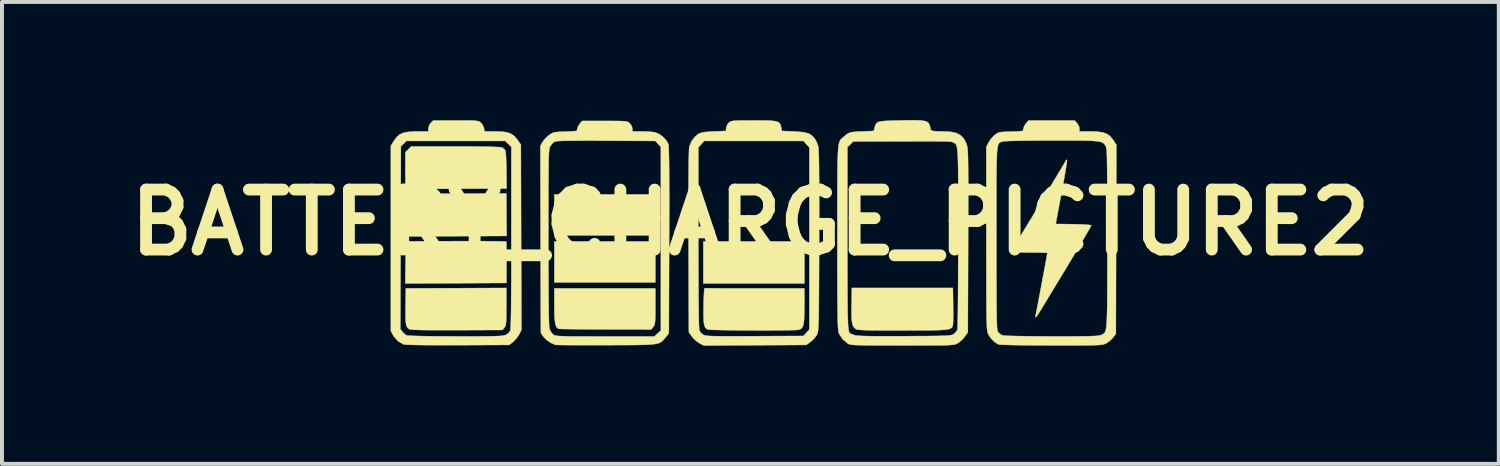
<source format=kicad_pcb>
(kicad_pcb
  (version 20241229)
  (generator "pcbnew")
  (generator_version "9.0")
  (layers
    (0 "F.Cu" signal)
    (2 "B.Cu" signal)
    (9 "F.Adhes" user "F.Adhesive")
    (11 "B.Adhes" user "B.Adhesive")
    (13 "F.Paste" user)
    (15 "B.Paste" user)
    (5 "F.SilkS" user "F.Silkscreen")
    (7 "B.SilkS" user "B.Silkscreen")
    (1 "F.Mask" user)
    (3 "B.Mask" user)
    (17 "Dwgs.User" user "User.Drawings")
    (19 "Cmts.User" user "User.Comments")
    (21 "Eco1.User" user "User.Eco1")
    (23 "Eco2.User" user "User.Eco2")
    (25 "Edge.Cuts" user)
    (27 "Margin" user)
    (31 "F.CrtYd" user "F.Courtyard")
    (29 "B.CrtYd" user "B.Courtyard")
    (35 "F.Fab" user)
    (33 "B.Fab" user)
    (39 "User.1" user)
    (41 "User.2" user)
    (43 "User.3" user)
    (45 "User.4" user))
  (footprint "BATTERY_CHARGE_PICTURE2"
    (layer "F.Cu")
    (at 16.009 2.6)
    (property "Reference" "BATTERY_CHARGE_PICTURE2" (at 0 0 0) (layer "F.SilkS") (effects (font (size 1.524 1.524) (thickness 0.3))))
    (attr through_hole)
    (fp_poly (pts (xy -2.413 0.33) (xy -4.978 0.33) (xy -4.978 -0.711) (xy -2.413 -0.711) (xy -2.413 0.33)) (stroke (width 0.01) (type solid)) (fill yes) (layer "F.SilkS"))
    (fp_poly (pts (xy -2.413 1.524) (xy -4.978 1.524) (xy -4.978 0.483) (xy -2.413 0.483) (xy -2.413 1.524)) (stroke (width 0.01) (type solid)) (fill yes) (layer "F.SilkS"))
    (fp_poly (pts (xy 1.372 1.549) (xy -1.194 1.549) (xy -1.194 0.483) (xy 1.372 0.483) (xy 1.372 1.549)) (stroke (width 0.01) (type solid)) (fill yes) (layer "F.SilkS"))
    (fp_poly (pts (xy -6.196 -0.318) (xy -6.195 -0.166) (xy -6.194 -0.024) (xy -6.193 0.099) (xy -6.193 0.19) (xy -6.192 0.222) (xy -6.19 0.343) (xy -7.477 0.349) (xy -8.764 0.356) (xy -8.75 -0.724) (xy -6.198 -0.737) (xy -6.196 -0.318)) (stroke (width 0.01) (type solid)) (fill yes) (layer "F.SilkS"))
    (fp_poly (pts (xy -6.991 0.474) (xy -6.779 0.475) (xy -6.592 0.477) (xy -6.436 0.479) (xy -6.315 0.481) (xy -6.234 0.485) (xy -6.198 0.488) (xy -6.197 0.489) (xy -6.197 0.519) (xy -6.197 0.592) (xy -6.196 0.7) (xy -6.196 0.835) (xy -6.196 0.989) (xy -6.196 1.022) (xy -6.195 1.537) (xy -8.764 1.55) (xy -8.75 0.48) (xy -7.474 0.475) (xy -7.225 0.474) (xy -6.991 0.474)) (stroke (width 0.01) (type solid)) (fill yes) (layer "F.SilkS"))
    (fp_poly (pts (xy -6.198 2.137) (xy -6.198 2.305) (xy -6.2 2.431) (xy -6.204 2.52) (xy -6.21 2.582) (xy -6.22 2.624) (xy -6.234 2.654) (xy -6.246 2.671) (xy -6.295 2.731) (xy -7.446 2.736) (xy -7.767 2.736) (xy -8.04 2.736) (xy -8.263 2.734) (xy -8.436 2.73) (xy -8.559 2.725) (xy -8.632 2.719) (xy -8.652 2.714) (xy -8.69 2.691) (xy -8.719 2.659) (xy -8.739 2.611) (xy -8.751 2.541) (xy -8.758 2.44) (xy -8.759 2.304) (xy -8.757 2.127) (xy -8.75 1.675) (xy -7.474 1.67) (xy -6.198 1.664) (xy -6.198 2.137)) (stroke (width 0.01) (type solid)) (fill yes) (layer "F.SilkS"))
    (fp_poly (pts (xy -2.413 2.13) (xy -2.413 2.294) (xy -2.415 2.415) (xy -2.419 2.501) (xy -2.426 2.56) (xy -2.436 2.601) (xy -2.451 2.631) (xy -2.466 2.651) (xy -2.518 2.718) (xy -3.678 2.716) (xy -3.917 2.715) (xy -4.141 2.714) (xy -4.344 2.712) (xy -4.521 2.71) (xy -4.668 2.708) (xy -4.779 2.706) (xy -4.848 2.703) (xy -4.871 2.701) (xy -4.908 2.676) (xy -4.936 2.633) (xy -4.956 2.564) (xy -4.969 2.464) (xy -4.976 2.327) (xy -4.978 2.145) (xy -4.978 2.109) (xy -4.978 1.676) (xy -2.413 1.676) (xy -2.413 2.13)) (stroke (width 0.01) (type solid)) (fill yes) (layer "F.SilkS"))
    (fp_poly (pts (xy -7.243 -1.93) (xy -7.01 -1.928) (xy -6.803 -1.926) (xy -6.626 -1.922) (xy -6.485 -1.918) (xy -6.382 -1.914) (xy -6.325 -1.908) (xy -6.315 -1.906) (xy -6.257 -1.87) (xy -6.226 -1.834) (xy -6.218 -1.795) (xy -6.21 -1.713) (xy -6.203 -1.599) (xy -6.198 -1.461) (xy -6.196 -1.324) (xy -6.191 -0.862) (xy -7.467 -0.856) (xy -7.716 -0.855) (xy -7.95 -0.855) (xy -8.163 -0.855) (xy -8.351 -0.856) (xy -8.508 -0.856) (xy -8.631 -0.858) (xy -8.713 -0.859) (xy -8.751 -0.861) (xy -8.752 -0.861) (xy -8.756 -0.889) (xy -8.759 -0.959) (xy -8.761 -1.063) (xy -8.763 -1.194) (xy -8.763 -1.327) (xy -8.763 -1.782) (xy -8.615 -1.93) (xy -7.497 -1.93) (xy -7.243 -1.93)) (stroke (width 0.01) (type solid)) (fill yes) (layer "F.SilkS"))
    (fp_poly (pts (xy 5.151 2.108) (xy 5.152 2.257) (xy 5.152 2.392) (xy 5.151 2.502) (xy 5.147 2.579) (xy 5.144 2.609) (xy 5.135 2.64) (xy 5.121 2.665) (xy 5.098 2.686) (xy 5.062 2.703) (xy 5.009 2.716) (xy 4.933 2.726) (xy 4.832 2.733) (xy 4.7 2.738) (xy 4.533 2.741) (xy 4.327 2.742) (xy 4.078 2.743) (xy 3.855 2.743) (xy 3.58 2.743) (xy 3.351 2.742) (xy 3.164 2.741) (xy 3.015 2.739) (xy 2.899 2.735) (xy 2.813 2.731) (xy 2.751 2.726) (xy 2.709 2.719) (xy 2.684 2.71) (xy 2.676 2.706) (xy 2.637 2.672) (xy 2.609 2.629) (xy 2.589 2.568) (xy 2.576 2.482) (xy 2.571 2.365) (xy 2.57 2.209) (xy 2.571 2.095) (xy 2.578 1.664) (xy 5.144 1.664) (xy 5.151 2.108)) (stroke (width 0.01) (type solid)) (fill yes) (layer "F.SilkS"))
    (fp_poly (pts (xy -1.134 1.671) (xy -1.059 1.672) (xy -0.944 1.674) (xy -0.793 1.674) (xy -0.611 1.675) (xy -0.402 1.676) (xy -0.172 1.676) (xy 0.074 1.676) (xy 0.114 1.676) (xy 1.372 1.676) (xy 1.372 2.122) (xy 1.37 2.31) (xy 1.365 2.453) (xy 1.355 2.558) (xy 1.337 2.631) (xy 1.311 2.679) (xy 1.275 2.708) (xy 1.227 2.725) (xy 1.217 2.727) (xy 1.171 2.731) (xy 1.081 2.735) (xy 0.955 2.737) (xy 0.8 2.739) (xy 0.62 2.741) (xy 0.423 2.742) (xy 0.215 2.742) (xy 0.003 2.741) (xy -0.207 2.74) (xy -0.408 2.738) (xy -0.595 2.736) (xy -0.76 2.733) (xy -0.898 2.73) (xy -1.001 2.726) (xy -1.064 2.722) (xy -1.08 2.719) (xy -1.119 2.698) (xy -1.148 2.666) (xy -1.168 2.617) (xy -1.181 2.544) (xy -1.188 2.439) (xy -1.19 2.298) (xy -1.188 2.121) (xy -1.185 1.975) (xy -1.18 1.85) (xy -1.174 1.752) (xy -1.168 1.689) (xy -1.162 1.67) (xy -1.134 1.671)) (stroke (width 0.01) (type solid)) (fill yes) (layer "F.SilkS"))
    (fp_poly (pts (xy 8.043 -1.564) (xy 8.034 -1.494) (xy 8.017 -1.388) (xy 7.995 -1.254) (xy 7.967 -1.099) (xy 7.951 -1.012) (xy 7.917 -0.83) (xy 7.884 -0.649) (xy 7.852 -0.481) (xy 7.825 -0.335) (xy 7.805 -0.225) (xy 7.801 -0.203) (xy 7.756 0.038) (xy 8.209 0.045) (xy 8.364 0.049) (xy 8.494 0.054) (xy 8.591 0.061) (xy 8.648 0.07) (xy 8.661 0.076) (xy 8.649 0.102) (xy 8.612 0.167) (xy 8.553 0.267) (xy 8.476 0.399) (xy 8.382 0.558) (xy 8.273 0.74) (xy 8.153 0.941) (xy 8.023 1.157) (xy 7.886 1.384) (xy 7.744 1.618) (xy 7.6 1.856) (xy 7.457 2.092) (xy 7.381 2.216) (xy 7.314 2.322) (xy 7.27 2.386) (xy 7.246 2.409) (xy 7.24 2.393) (xy 7.247 2.356) (xy 7.255 2.317) (xy 7.271 2.237) (xy 7.293 2.124) (xy 7.319 1.985) (xy 7.349 1.828) (xy 7.381 1.659) (xy 7.413 1.486) (xy 7.445 1.316) (xy 7.475 1.158) (xy 7.501 1.017) (xy 7.522 0.903) (xy 7.536 0.821) (xy 7.543 0.78) (xy 7.544 0.777) (xy 7.52 0.772) (xy 7.453 0.768) (xy 7.351 0.765) (xy 7.223 0.763) (xy 7.084 0.762) (xy 6.92 0.762) (xy 6.801 0.76) (xy 6.72 0.757) (xy 6.67 0.751) (xy 6.645 0.743) (xy 6.638 0.73) (xy 6.64 0.72) (xy 6.659 0.683) (xy 6.699 0.613) (xy 6.755 0.519) (xy 6.821 0.411) (xy 6.83 0.396) (xy 6.893 0.292) (xy 6.973 0.161) (xy 7.066 0.008) (xy 7.169 -0.161) (xy 7.278 -0.341) (xy 7.39 -0.527) (xy 7.502 -0.713) (xy 7.61 -0.893) (xy 7.712 -1.062) (xy 7.803 -1.214) (xy 7.881 -1.344) (xy 7.942 -1.447) (xy 7.983 -1.516) (xy 7.999 -1.545) (xy 8.026 -1.585) (xy 8.043 -1.592) (xy 8.043 -1.564)) (stroke (width 0.01) (type solid)) (fill yes) (layer "F.SilkS"))
    (fp_poly (pts (xy -7.3 -2.591) (xy -7.158 -2.589) (xy -7.054 -2.587) (xy -6.979 -2.582) (xy -6.927 -2.575) (xy -6.892 -2.565) (xy -6.865 -2.55) (xy -6.85 -2.539) (xy -6.795 -2.472) (xy -6.767 -2.399) (xy -6.751 -2.311) (xy -6.468 -2.311) (xy -6.302 -2.306) (xy -6.176 -2.288) (xy -6.078 -2.252) (xy -5.998 -2.196) (xy -5.926 -2.113) (xy -5.907 -2.087) (xy -5.829 -1.977) (xy -5.823 0.377) (xy -5.816 2.731) (xy -5.873 2.844) (xy -5.931 2.931) (xy -6.005 3.013) (xy -6.028 3.034) (xy -6.126 3.111) (xy -7.438 3.117) (xy -7.73 3.117) (xy -7.995 3.117) (xy -8.229 3.116) (xy -8.428 3.113) (xy -8.589 3.11) (xy -8.71 3.106) (xy -8.785 3.101) (xy -8.81 3.097) (xy -8.948 3.016) (xy -9.053 2.898) (xy -9.075 2.862) (xy -9.131 2.756) (xy -9.131 2.71) (xy -8.891 2.71) (xy -8.836 2.779) (xy -8.783 2.834) (xy -8.729 2.87) (xy -8.728 2.871) (xy -8.692 2.875) (xy -8.611 2.879) (xy -8.489 2.883) (xy -8.333 2.887) (xy -8.147 2.89) (xy -7.936 2.892) (xy -7.706 2.893) (xy -7.484 2.894) (xy -7.202 2.894) (xy -6.965 2.894) (xy -6.771 2.893) (xy -6.614 2.891) (xy -6.49 2.888) (xy -6.395 2.885) (xy -6.324 2.88) (xy -6.273 2.873) (xy -6.237 2.866) (xy -6.211 2.856) (xy -6.146 2.812) (xy -6.101 2.757) (xy -6.1 2.753) (xy -6.094 2.725) (xy -6.089 2.665) (xy -6.085 2.571) (xy -6.082 2.441) (xy -6.078 2.273) (xy -6.076 2.065) (xy -6.074 1.816) (xy -6.072 1.523) (xy -6.071 1.185) (xy -6.071 0.8) (xy -6.071 0.385) (xy -6.071 -1.921) (xy -6.226 -2.07) (xy -8.736 -2.07) (xy -8.807 -2) (xy -8.877 -1.929) (xy -8.884 0.39) (xy -8.891 2.71) (xy -9.131 2.71) (xy -9.131 -1.947) (xy -9.055 -2.07) (xy -8.987 -2.164) (xy -8.911 -2.231) (xy -8.817 -2.275) (xy -8.696 -2.3) (xy -8.539 -2.311) (xy -8.467 -2.311) (xy -8.179 -2.311) (xy -8.179 -2.389) (xy -8.156 -2.476) (xy -8.116 -2.528) (xy -8.054 -2.591) (xy -7.485 -2.591) (xy -7.3 -2.591)) (stroke (width 0.01) (type solid)) (fill yes) (layer "F.SilkS"))
    (fp_poly (pts (xy 0.289 -2.59) (xy 0.445 -2.588) (xy 0.561 -2.581) (xy 0.646 -2.57) (xy 0.703 -2.551) (xy 0.74 -2.524) (xy 0.763 -2.488) (xy 0.778 -2.439) (xy 0.784 -2.412) (xy 0.802 -2.324) (xy 1.106 -2.311) (xy 1.267 -2.301) (xy 1.388 -2.284) (xy 1.479 -2.258) (xy 1.549 -2.218) (xy 1.608 -2.161) (xy 1.636 -2.126) (xy 1.681 -2.048) (xy 1.718 -1.952) (xy 1.727 -1.916) (xy 1.732 -1.866) (xy 1.737 -1.767) (xy 1.741 -1.62) (xy 1.744 -1.424) (xy 1.746 -1.18) (xy 1.748 -0.886) (xy 1.748 -0.543) (xy 1.748 -0.149) (xy 1.747 0.294) (xy 1.747 0.483) (xy 1.746 0.874) (xy 1.745 1.218) (xy 1.743 1.518) (xy 1.742 1.776) (xy 1.741 1.997) (xy 1.739 2.183) (xy 1.737 2.338) (xy 1.734 2.464) (xy 1.731 2.566) (xy 1.728 2.646) (xy 1.723 2.708) (xy 1.718 2.754) (xy 1.712 2.789) (xy 1.706 2.815) (xy 1.698 2.835) (xy 1.689 2.854) (xy 1.687 2.857) (xy 1.632 2.935) (xy 1.558 3.01) (xy 1.526 3.035) (xy 1.418 3.111) (xy -1.183 3.126) (xy -1.293 3.068) (xy -1.375 3.011) (xy -1.455 2.934) (xy -1.482 2.899) (xy -1.562 2.789) (xy -1.569 0.479) (xy -1.57 0.022) (xy -1.571 -0.388) (xy -1.57 -0.751) (xy -1.569 -1.066) (xy -1.567 -1.334) (xy -1.565 -1.552) (xy -1.561 -1.722) (xy -1.557 -1.842) (xy -1.553 -1.904) (xy -1.321 -1.904) (xy -1.321 0.393) (xy -1.321 0.841) (xy -1.32 1.239) (xy -1.318 1.588) (xy -1.317 1.89) (xy -1.314 2.145) (xy -1.311 2.353) (xy -1.308 2.517) (xy -1.304 2.637) (xy -1.299 2.714) (xy -1.294 2.749) (xy -1.293 2.75) (xy -1.252 2.808) (xy -1.198 2.853) (xy -1.179 2.862) (xy -1.152 2.87) (xy -1.113 2.877) (xy -1.058 2.882) (xy -0.982 2.886) (xy -0.881 2.889) (xy -0.751 2.89) (xy -0.586 2.891) (xy -0.383 2.891) (xy -0.138 2.89) (xy 0.11 2.889) (xy 1.35 2.883) (xy 1.424 2.8) (xy 1.499 2.717) (xy 1.499 -1.904) (xy 1.424 -1.987) (xy 1.35 -2.07) (xy -1.173 -2.07) (xy -1.247 -1.987) (xy -1.321 -1.904) (xy -1.553 -1.904) (xy -1.553 -1.912) (xy -1.55 -1.928) (xy -1.491 -2.068) (xy -1.401 -2.184) (xy -1.321 -2.247) (xy -1.27 -2.271) (xy -1.208 -2.288) (xy -1.122 -2.299) (xy -1.002 -2.308) (xy -0.927 -2.311) (xy -0.622 -2.324) (xy -0.614 -2.406) (xy -0.582 -2.495) (xy -0.541 -2.539) (xy -0.517 -2.556) (xy -0.488 -2.569) (xy -0.447 -2.578) (xy -0.387 -2.584) (xy -0.302 -2.588) (xy -0.184 -2.59) (xy -0.026 -2.591) (xy 0.09 -2.591) (xy 0.289 -2.59)) (stroke (width 0.01) (type solid)) (fill yes) (layer "F.SilkS"))
    (fp_poly (pts (xy -3.515 -2.578) (xy -3.375 -2.577) (xy -3.271 -2.575) (xy -3.198 -2.571) (xy -3.148 -2.564) (xy -3.114 -2.554) (xy -3.089 -2.54) (xy -3.067 -2.521) (xy -3.063 -2.517) (xy -3.01 -2.442) (xy -2.997 -2.383) (xy -2.997 -2.311) (xy -2.75 -2.311) (xy -2.63 -2.308) (xy -2.518 -2.301) (xy -2.432 -2.29) (xy -2.405 -2.284) (xy -2.303 -2.237) (xy -2.204 -2.161) (xy -2.125 -2.071) (xy -2.082 -1.985) (xy -2.077 -1.943) (xy -2.072 -1.855) (xy -2.068 -1.721) (xy -2.065 -1.54) (xy -2.063 -1.312) (xy -2.062 -1.035) (xy -2.061 -0.71) (xy -2.061 -0.335) (xy -2.062 0.089) (xy -2.063 0.461) (xy -2.07 2.815) (xy -2.149 2.912) (xy -2.184 2.956) (xy -2.215 2.993) (xy -2.246 3.023) (xy -2.283 3.048) (xy -2.329 3.068) (xy -2.389 3.083) (xy -2.467 3.094) (xy -2.568 3.103) (xy -2.697 3.108) (xy -2.858 3.112) (xy -3.054 3.114) (xy -3.292 3.115) (xy -3.574 3.116) (xy -3.658 3.116) (xy -3.906 3.117) (xy -4.141 3.117) (xy -4.355 3.117) (xy -4.544 3.116) (xy -4.703 3.115) (xy -4.828 3.113) (xy -4.912 3.111) (xy -4.951 3.109) (xy -4.953 3.109) (xy -5.072 3.056) (xy -5.18 2.982) (xy -5.258 2.901) (xy -5.259 2.899) (xy -5.321 2.807) (xy -5.328 0.432) (xy -5.328 0.221) (xy -5.131 0.221) (xy -5.131 0.381) (xy -5.13 0.82) (xy -5.129 1.215) (xy -5.128 1.566) (xy -5.126 1.871) (xy -5.123 2.13) (xy -5.12 2.341) (xy -5.116 2.505) (xy -5.111 2.62) (xy -5.107 2.685) (xy -5.104 2.698) (xy -5.069 2.775) (xy -5.018 2.839) (xy -5.012 2.844) (xy -4.996 2.855) (xy -4.977 2.865) (xy -4.95 2.873) (xy -4.912 2.88) (xy -4.857 2.885) (xy -4.782 2.889) (xy -4.682 2.892) (xy -4.552 2.894) (xy -4.389 2.895) (xy -4.188 2.895) (xy -3.944 2.896) (xy -3.693 2.896) (xy -2.439 2.896) (xy -2.273 2.747) (xy -2.273 -1.919) (xy -2.343 -1.995) (xy -2.413 -2.07) (xy -3.664 -2.076) (xy -3.966 -2.078) (xy -4.222 -2.078) (xy -4.433 -2.077) (xy -4.604 -2.076) (xy -4.738 -2.073) (xy -4.839 -2.069) (xy -4.911 -2.064) (xy -4.956 -2.057) (xy -4.976 -2.051) (xy -5.028 -2.008) (xy -5.077 -1.942) (xy -5.084 -1.931) (xy -5.092 -1.914) (xy -5.099 -1.892) (xy -5.105 -1.864) (xy -5.111 -1.825) (xy -5.115 -1.773) (xy -5.119 -1.703) (xy -5.122 -1.614) (xy -5.125 -1.501) (xy -5.127 -1.361) (xy -5.128 -1.191) (xy -5.129 -0.988) (xy -5.13 -0.749) (xy -5.13 -0.47) (xy -5.131 -0.147) (xy -5.131 0.221) (xy -5.328 0.221) (xy -5.334 -1.943) (xy -5.277 -2.044) (xy -5.22 -2.12) (xy -5.143 -2.195) (xy -5.109 -2.221) (xy -5.06 -2.254) (xy -5.015 -2.277) (xy -4.962 -2.291) (xy -4.89 -2.299) (xy -4.788 -2.305) (xy -4.697 -2.308) (xy -4.569 -2.312) (xy -4.483 -2.317) (xy -4.432 -2.324) (xy -4.405 -2.336) (xy -4.396 -2.354) (xy -4.394 -2.376) (xy -4.378 -2.435) (xy -4.338 -2.5) (xy -4.333 -2.507) (xy -4.272 -2.578) (xy -3.7 -2.578) (xy -3.515 -2.578)) (stroke (width 0.01) (type solid)) (fill yes) (layer "F.SilkS"))
    (fp_poly (pts (xy 8.294 -2.528) (xy 8.346 -2.448) (xy 8.357 -2.389) (xy 8.357 -2.311) (xy 8.641 -2.311) (xy 8.813 -2.306) (xy 8.945 -2.288) (xy 9.047 -2.254) (xy 9.127 -2.2) (xy 9.197 -2.122) (xy 9.219 -2.089) (xy 9.297 -1.971) (xy 9.29 0.43) (xy 9.284 2.832) (xy 9.212 2.926) (xy 9.141 2.998) (xy 9.054 3.061) (xy 9.032 3.072) (xy 9.007 3.084) (xy 8.979 3.094) (xy 8.945 3.102) (xy 8.9 3.108) (xy 8.84 3.113) (xy 8.76 3.117) (xy 8.655 3.12) (xy 8.522 3.122) (xy 8.356 3.123) (xy 8.151 3.123) (xy 7.905 3.123) (xy 7.644 3.123) (xy 7.346 3.122) (xy 7.079 3.12) (xy 6.846 3.117) (xy 6.65 3.114) (xy 6.494 3.109) (xy 6.381 3.105) (xy 6.315 3.099) (xy 6.299 3.096) (xy 6.206 3.039) (xy 6.116 2.949) (xy 6.044 2.842) (xy 6.043 2.839) (xy 6.035 2.822) (xy 6.027 2.801) (xy 6.021 2.774) (xy 6.016 2.737) (xy 6.011 2.688) (xy 6.007 2.622) (xy 6.004 2.538) (xy 6.001 2.431) (xy 5.999 2.299) (xy 5.997 2.138) (xy 5.996 1.945) (xy 5.995 1.718) (xy 5.995 1.452) (xy 5.995 1.144) (xy 5.994 0.792) (xy 5.994 0.413) (xy 5.994 -0.299) (xy 6.249 -0.299) (xy 6.249 0.065) (xy 6.249 0.412) (xy 6.249 0.809) (xy 6.249 1.158) (xy 6.25 1.463) (xy 6.251 1.726) (xy 6.252 1.952) (xy 6.253 2.141) (xy 6.255 2.299) (xy 6.257 2.428) (xy 6.26 2.531) (xy 6.263 2.612) (xy 6.267 2.673) (xy 6.272 2.717) (xy 6.277 2.748) (xy 6.284 2.769) (xy 6.291 2.783) (xy 6.293 2.787) (xy 6.351 2.839) (xy 6.401 2.867) (xy 6.441 2.873) (xy 6.528 2.879) (xy 6.659 2.883) (xy 6.829 2.887) (xy 7.035 2.89) (xy 7.274 2.892) (xy 7.54 2.894) (xy 7.653 2.894) (xy 7.936 2.894) (xy 8.172 2.894) (xy 8.367 2.893) (xy 8.523 2.891) (xy 8.647 2.888) (xy 8.741 2.884) (xy 8.811 2.879) (xy 8.861 2.873) (xy 8.895 2.865) (xy 8.916 2.857) (xy 8.942 2.844) (xy 8.964 2.833) (xy 8.984 2.818) (xy 9.001 2.798) (xy 9.016 2.77) (xy 9.028 2.73) (xy 9.038 2.675) (xy 9.046 2.602) (xy 9.053 2.508) (xy 9.058 2.39) (xy 9.062 2.244) (xy 9.065 2.068) (xy 9.066 1.859) (xy 9.067 1.612) (xy 9.068 1.326) (xy 9.068 0.997) (xy 9.068 0.622) (xy 9.068 0.406) (xy 9.068 0.011) (xy 9.067 -0.336) (xy 9.067 -0.639) (xy 9.066 -0.9) (xy 9.065 -1.123) (xy 9.063 -1.311) (xy 9.061 -1.467) (xy 9.059 -1.595) (xy 9.056 -1.696) (xy 9.052 -1.775) (xy 9.048 -1.835) (xy 9.043 -1.878) (xy 9.037 -1.908) (xy 9.03 -1.929) (xy 9.028 -1.934) (xy 9.01 -1.967) (xy 8.989 -1.995) (xy 8.962 -2.018) (xy 8.924 -2.037) (xy 8.871 -2.052) (xy 8.798 -2.063) (xy 8.702 -2.071) (xy 8.577 -2.077) (xy 8.42 -2.08) (xy 8.226 -2.082) (xy 7.991 -2.083) (xy 7.71 -2.082) (xy 7.646 -2.082) (xy 7.347 -2.081) (xy 7.084 -2.079) (xy 6.86 -2.076) (xy 6.678 -2.072) (xy 6.539 -2.067) (xy 6.447 -2.061) (xy 6.403 -2.055) (xy 6.377 -2.046) (xy 6.355 -2.039) (xy 6.335 -2.029) (xy 6.317 -2.014) (xy 6.302 -1.99) (xy 6.29 -1.955) (xy 6.279 -1.905) (xy 6.271 -1.838) (xy 6.264 -1.75) (xy 6.259 -1.638) (xy 6.255 -1.5) (xy 6.252 -1.332) (xy 6.25 -1.13) (xy 6.249 -0.893) (xy 6.249 -0.617) (xy 6.249 -0.299) (xy 5.994 -0.299) (xy 5.994 -1.92) (xy 6.052 -2.031) (xy 6.109 -2.119) (xy 6.183 -2.201) (xy 6.206 -2.221) (xy 6.249 -2.253) (xy 6.288 -2.276) (xy 6.335 -2.29) (xy 6.4 -2.298) (xy 6.494 -2.303) (xy 6.619 -2.307) (xy 6.75 -2.311) (xy 6.838 -2.315) (xy 6.893 -2.322) (xy 6.921 -2.333) (xy 6.932 -2.35) (xy 6.934 -2.374) (xy 6.934 -2.375) (xy 6.95 -2.433) (xy 6.99 -2.5) (xy 7 -2.513) (xy 7.066 -2.591) (xy 7.649 -2.591) (xy 8.232 -2.591) (xy 8.294 -2.528)) (stroke (width 0.01) (type solid)) (fill yes) (layer "F.SilkS"))
    (fp_poly (pts (xy 4.302 -2.592) (xy 4.391 -2.583) (xy 4.455 -2.569) (xy 4.498 -2.548) (xy 4.528 -2.52) (xy 4.545 -2.493) (xy 4.567 -2.429) (xy 4.572 -2.392) (xy 4.578 -2.359) (xy 4.601 -2.336) (xy 4.649 -2.322) (xy 4.73 -2.314) (xy 4.851 -2.312) (xy 4.905 -2.311) (xy 5.09 -2.302) (xy 5.234 -2.27) (xy 5.343 -2.213) (xy 5.425 -2.126) (xy 5.485 -2.006) (xy 5.498 -1.968) (xy 5.505 -1.943) (xy 5.511 -1.91) (xy 5.516 -1.867) (xy 5.521 -1.81) (xy 5.525 -1.737) (xy 5.528 -1.644) (xy 5.53 -1.527) (xy 5.532 -1.385) (xy 5.533 -1.213) (xy 5.534 -1.008) (xy 5.534 -0.768) (xy 5.534 -0.488) (xy 5.533 -0.166) (xy 5.532 0.201) (xy 5.532 0.474) (xy 5.524 2.79) (xy 5.447 2.9) (xy 5.38 2.977) (xy 5.301 3.046) (xy 5.269 3.066) (xy 5.246 3.079) (xy 5.223 3.09) (xy 5.194 3.099) (xy 5.157 3.106) (xy 5.105 3.111) (xy 5.036 3.116) (xy 4.944 3.119) (xy 4.825 3.121) (xy 4.674 3.122) (xy 4.488 3.123) (xy 4.262 3.124) (xy 3.992 3.124) (xy 3.861 3.124) (xy 3.569 3.124) (xy 3.323 3.123) (xy 3.119 3.123) (xy 2.953 3.121) (xy 2.821 3.119) (xy 2.718 3.116) (xy 2.64 3.113) (xy 2.582 3.108) (xy 2.541 3.101) (xy 2.511 3.093) (xy 2.489 3.084) (xy 2.477 3.077) (xy 2.346 2.968) (xy 2.256 2.83) (xy 2.249 2.814) (xy 2.242 2.793) (xy 2.236 2.762) (xy 2.231 2.72) (xy 2.227 2.662) (xy 2.223 2.585) (xy 2.22 2.487) (xy 2.217 2.363) (xy 2.215 2.212) (xy 2.213 2.03) (xy 2.212 1.813) (xy 2.211 1.559) (xy 2.21 1.265) (xy 2.21 0.927) (xy 2.21 0.543) (xy 2.21 0.398) (xy 2.21 -0.008) (xy 2.21 -0.365) (xy 2.21 -0.678) (xy 2.211 -0.95) (xy 2.212 -1.183) (xy 2.214 -1.381) (xy 2.217 -1.548) (xy 2.221 -1.685) (xy 2.227 -1.797) (xy 2.234 -1.887) (xy 2.236 -1.909) (xy 2.464 -1.909) (xy 2.464 0.393) (xy 2.464 0.793) (xy 2.464 1.145) (xy 2.465 1.452) (xy 2.466 1.718) (xy 2.467 1.946) (xy 2.469 2.138) (xy 2.471 2.299) (xy 2.475 2.431) (xy 2.479 2.537) (xy 2.483 2.62) (xy 2.489 2.684) (xy 2.496 2.732) (xy 2.504 2.767) (xy 2.513 2.791) (xy 2.524 2.809) (xy 2.529 2.815) (xy 2.555 2.829) (xy 2.612 2.851) (xy 2.633 2.859) (xy 2.666 2.868) (xy 2.715 2.875) (xy 2.785 2.88) (xy 2.88 2.884) (xy 3.005 2.887) (xy 3.162 2.889) (xy 3.358 2.89) (xy 3.595 2.89) (xy 3.878 2.889) (xy 3.916 2.889) (xy 4.192 2.887) (xy 4.422 2.886) (xy 4.611 2.884) (xy 4.762 2.882) (xy 4.88 2.879) (xy 4.971 2.876) (xy 5.038 2.871) (xy 5.086 2.865) (xy 5.12 2.857) (xy 5.144 2.848) (xy 5.163 2.837) (xy 5.173 2.83) (xy 5.227 2.775) (xy 5.26 2.717) (xy 5.261 2.716) (xy 5.264 2.681) (xy 5.266 2.6) (xy 5.269 2.476) (xy 5.271 2.312) (xy 5.273 2.112) (xy 5.275 1.88) (xy 5.277 1.62) (xy 5.278 1.335) (xy 5.279 1.029) (xy 5.28 0.706) (xy 5.281 0.399) (xy 5.281 -0.001) (xy 5.281 -0.352) (xy 5.281 -0.66) (xy 5.281 -0.925) (xy 5.28 -1.153) (xy 5.278 -1.345) (xy 5.275 -1.505) (xy 5.271 -1.636) (xy 5.266 -1.741) (xy 5.26 -1.824) (xy 5.252 -1.887) (xy 5.242 -1.934) (xy 5.231 -1.967) (xy 5.217 -1.99) (xy 5.202 -2.005) (xy 5.184 -2.017) (xy 5.163 -2.028) (xy 5.162 -2.029) (xy 5.147 -2.036) (xy 5.129 -2.043) (xy 5.105 -2.048) (xy 5.069 -2.052) (xy 5.019 -2.056) (xy 4.948 -2.058) (xy 4.854 -2.06) (xy 4.732 -2.061) (xy 4.577 -2.061) (xy 4.385 -2.061) (xy 4.153 -2.061) (xy 3.875 -2.06) (xy 3.789 -2.06) (xy 2.612 -2.057) (xy 2.464 -1.909) (xy 2.236 -1.909) (xy 2.242 -1.957) (xy 2.252 -2.011) (xy 2.265 -2.051) (xy 2.279 -2.082) (xy 2.296 -2.106) (xy 2.316 -2.127) (xy 2.338 -2.146) (xy 2.354 -2.16) (xy 2.419 -2.217) (xy 2.473 -2.256) (xy 2.528 -2.281) (xy 2.596 -2.296) (xy 2.69 -2.305) (xy 2.822 -2.311) (xy 2.828 -2.311) (xy 3.134 -2.324) (xy 3.155 -2.4) (xy 3.17 -2.456) (xy 3.188 -2.498) (xy 3.214 -2.53) (xy 3.254 -2.552) (xy 3.315 -2.567) (xy 3.404 -2.577) (xy 3.526 -2.583) (xy 3.689 -2.588) (xy 3.815 -2.591) (xy 4.02 -2.595) (xy 4.18 -2.595) (xy 4.302 -2.592)) (stroke (width 0.01) (type solid)) (fill yes) (layer "F.SilkS")))
  (gr_rect
    (start -3 -3)
    (end 35.019 8.731)
    (stroke (width 0.1) (type default))
    (fill no)
    (layer "Edge.Cuts")))
</source>
